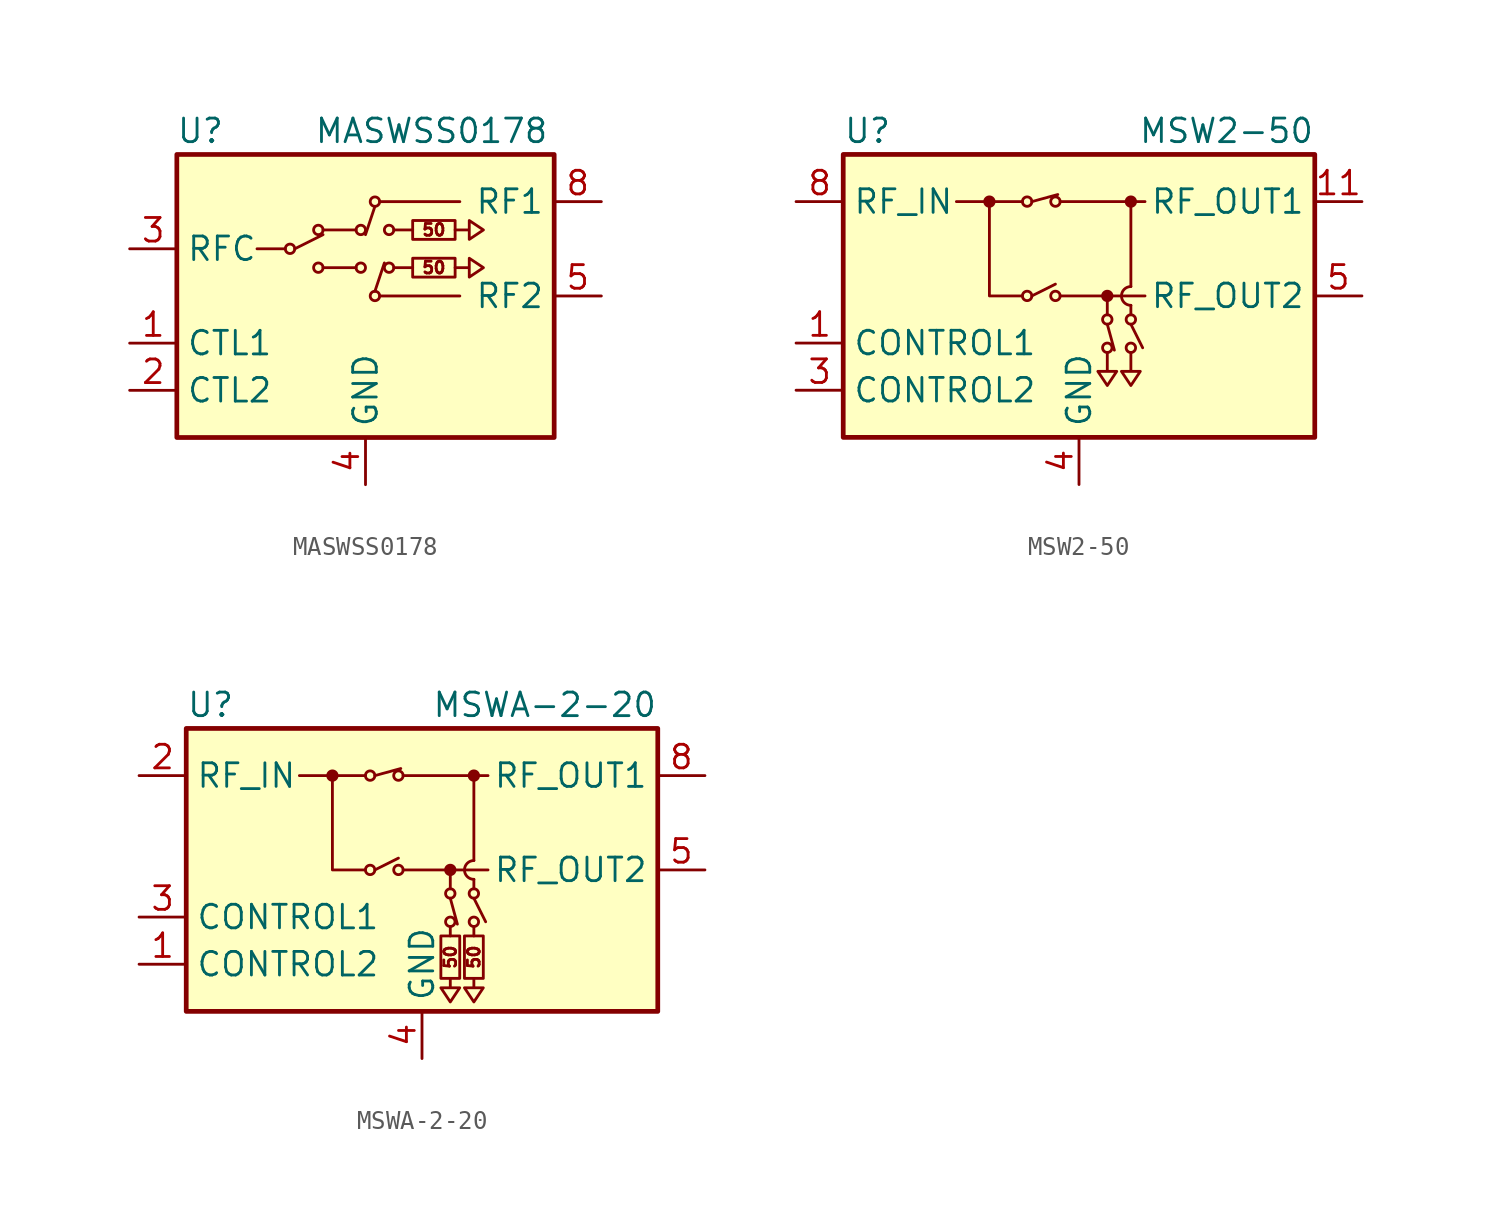
<source format=kicad_sym>
(kicad_symbol_lib
  (version 20200908)
  (generator kicad_symbol_editor)
  (symbol "RF_Switch:MASWSS0178"
    (property "Reference" "U"
      (at -8.89 8.89 0)
      (effects (font (size 1.27 1.27))))
    (property "Value" "MASWSS0178"
      (at 3.556 8.89 0)
      (effects (font (size 1.27 1.27))))
    (symbol "MASWSS0178_1_1"
      (circle (center -4.064 2.54) (radius 0.254) (stroke (width 0)) (fill (type none)))
      (circle (center -2.54 1.524) (radius 0.254) (stroke (width 0)) (fill (type none)))
      (circle (center -2.54 3.556) (radius 0.254) (stroke (width 0)) (fill (type none)))
      (circle (center -0.254 1.524) (radius 0.254) (stroke (width 0)) (fill (type none)))
      (circle (center -0.254 3.556) (radius 0.254) (stroke (width 0)) (fill (type none)))
      (circle (center 0.508 0) (radius 0.254) (stroke (width 0)) (fill (type none)))
      (circle (center 0.508 5.08) (radius 0.254) (stroke (width 0)) (fill (type none)))
      (circle (center 1.27 1.524) (radius 0.254) (stroke (width 0)) (fill (type none)))
      (circle (center 1.27 3.556) (radius 0.254) (stroke (width 0)) (fill (type none)))
      (text "50" (at 3.683 1.524 0) (effects (font (size 0.635 0.635))))
      (text "50" (at 3.683 3.556 0) (effects (font (size 0.635 0.635))))
      (rectangle (start -10.16 7.62) (end 10.16 -7.62) (stroke (width 0.254)) (fill (type background)))
      (rectangle (start 2.54 1.016) (end 4.826 2.032) (stroke (width 0)) (fill (type none)))
      (rectangle (start 2.54 3.048) (end 4.826 4.064) (stroke (width 0)) (fill (type none)))
      (polyline (pts (xy -3.81 2.54) (xy -2.286 3.302)) (stroke (width 0)) (fill (type none)))
      (polyline (pts (xy 0.508 0.254) (xy 1.016 1.778)) (stroke (width 0)) (fill (type none)))
      (polyline (pts (xy 0.508 4.826) (xy 0 3.302)) (stroke (width 0)) (fill (type none)))
      (polyline (pts (xy 0.762 0) (xy 5.08 0)) (stroke (width 0)) (fill (type none)))
      (polyline (pts (xy 0.762 5.08) (xy 5.08 5.08)) (stroke (width 0)) (fill (type none)))
      (polyline (pts (xy 1.524 1.524) (xy 2.54 1.524)) (stroke (width 0)) (fill (type none)))
      (polyline (pts (xy 1.524 3.556) (xy 2.54 3.556)) (stroke (width 0)) (fill (type none)))
      (polyline (pts (xy 4.826 1.524) (xy 5.588 1.524) (xy 5.588 1.016) (xy 6.35 1.524) (xy 5.588 2.032) (xy 5.588 1.524)) (stroke (width 0)) (fill (type none)))
      (polyline (pts (xy 4.826 3.556) (xy 5.588 3.556) (xy 5.588 3.048) (xy 6.35 3.556) (xy 5.588 4.064) (xy 5.588 3.556)) (stroke (width 0)) (fill (type none)))
      (pin input line (at -12.7 -2.54 0) (length 2.54) (name "CTL1" (effects (font (size 1.27 1.27)))) (number "1" (effects (font (size 1.27 1.27)))))
      (pin input line (at -12.7 -5.08 0) (length 2.54) (name "CTL2" (effects (font (size 1.27 1.27)))) (number "2" (effects (font (size 1.27 1.27)))))
      (pin passive line (at -12.7 2.54 0) (length 2.54) (name "RFC" (effects (font (size 1.27 1.27)))) (number "3" (effects (font (size 1.27 1.27)))))
      (pin power_in line (at 0 -10.16 90) (length 2.54) (name "GND" (effects (font (size 1.27 1.27)))) (number "4" (effects (font (size 1.27 1.27)))))
      (pin passive line (at 12.7 0 180) (length 2.54) (name "RF2" (effects (font (size 1.27 1.27)))) (number "5" (effects (font (size 1.27 1.27)))))
      (pin passive line (at 0 -10.16 90) (length 2.54) hide (name "GND" (effects (font (size 1.27 1.27)))) (number "6" (effects (font (size 1.27 1.27)))))
      (pin passive line (at 0 -10.16 90) (length 2.54) hide (name "GND" (effects (font (size 1.27 1.27)))) (number "7" (effects (font (size 1.27 1.27)))))
      (pin passive line (at 12.7 5.08 180) (length 2.54) (name "RF1" (effects (font (size 1.27 1.27)))) (number "8" (effects (font (size 1.27 1.27)))))
      (pin passive line (at 0 -10.16 90) (length 2.54) hide (name "GND" (effects (font (size 1.27 1.27)))) (number "9" (effects (font (size 1.27 1.27))))))
    (symbol "MASWSS0178_0_1"
      (polyline (pts (xy -4.318 2.54) (xy -5.842 2.54)) (stroke (width 0)) (fill (type none)))
      (polyline (pts (xy -2.286 1.524) (xy -0.508 1.524)) (stroke (width 0)) (fill (type none)))
      (polyline (pts (xy -0.508 3.556) (xy -2.286 3.556)) (stroke (width 0)) (fill (type none)))))
  (symbol "RF_Switch:MSW2-50"
    (property "Reference" "U"
      (at -12.7 8.89 0)
      (effects (font (size 1.27 1.27)) (justify left)))
    (property "Value" "MSW2-50"
      (at 12.7 8.89 0)
      (effects (font (size 1.27 1.27)) (justify right)))
    (symbol "MSW2-50_0_1"
      (arc (start 2.794 0.508) (end 2.794 -0.508) (radius (at 2.794 0) (length 0.508) (angles 90.1 -90.1)) (stroke (width 0)) (fill (type none)))
      (circle (center -4.826 5.08) (radius 0.254) (stroke (width 0)) (fill (type outline)))
      (circle (center -2.794 0) (radius 0.254) (stroke (width 0)) (fill (type none)))
      (circle (center -2.794 5.08) (radius 0.254) (stroke (width 0)) (fill (type none)))
      (circle (center -1.27 0) (radius 0.254) (stroke (width 0)) (fill (type none)))
      (circle (center -1.27 5.08) (radius 0.254) (stroke (width 0)) (fill (type none)))
      (circle (center 1.524 -2.794) (radius 0.254) (stroke (width 0)) (fill (type none)))
      (circle (center 1.524 -1.27) (radius 0.254) (stroke (width 0)) (fill (type none)))
      (circle (center 1.524 0) (radius 0.254) (stroke (width 0)) (fill (type outline)))
      (circle (center 2.794 -2.794) (radius 0.254) (stroke (width 0)) (fill (type none)))
      (circle (center 2.794 -1.27) (radius 0.254) (stroke (width 0)) (fill (type none)))
      (circle (center 2.794 5.08) (radius 0.254) (stroke (width 0)) (fill (type outline)))
      (rectangle (start -12.7 7.62) (end 12.7 -7.62) (stroke (width 0.254)) (fill (type background)))
      (polyline (pts (xy -3.048 5.08) (xy -6.604 5.08)) (stroke (width 0)) (fill (type none)))
      (polyline (pts (xy -2.54 0) (xy -1.27 0.635)) (stroke (width 0)) (fill (type none)))
      (polyline (pts (xy -2.54 5.08) (xy -1.143 5.461)) (stroke (width 0)) (fill (type none)))
      (polyline (pts (xy -1.016 0) (xy 3.556 0)) (stroke (width 0)) (fill (type none)))
      (polyline (pts (xy -1.016 5.08) (xy 3.556 5.08)) (stroke (width 0)) (fill (type none)))
      (polyline (pts (xy 1.524 -1.524) (xy 1.905 -2.921)) (stroke (width 0)) (fill (type none)))
      (polyline (pts (xy 1.524 -1.016) (xy 1.524 0)) (stroke (width 0)) (fill (type none)))
      (polyline (pts (xy 2.794 -1.524) (xy 3.429 -2.794)) (stroke (width 0)) (fill (type none)))
      (polyline (pts (xy 2.794 -0.508) (xy 2.794 -1.016)) (stroke (width 0)) (fill (type none)))
      (polyline (pts (xy 2.794 5.08) (xy 2.794 0.508)) (stroke (width 0)) (fill (type none)))
      (polyline (pts (xy -4.826 5.08) (xy -4.826 0) (xy -3.048 0)) (stroke (width 0)) (fill (type none)))
      (polyline (pts (xy 1.524 -3.048) (xy 1.524 -4.064) (xy 1.016 -4.064) (xy 1.524 -4.826) (xy 2.032 -4.064) (xy 1.524 -4.064)) (stroke (width 0)) (fill (type none)))
      (polyline (pts (xy 2.794 -3.048) (xy 2.794 -4.064) (xy 2.286 -4.064) (xy 2.794 -4.826) (xy 3.302 -4.064) (xy 2.794 -4.064)) (stroke (width 0)) (fill (type none))))
    (symbol "MSW2-50_1_1"
      (pin input line (at -15.24 -2.54 0) (length 2.54) (name "CONTROL1" (effects (font (size 1.27 1.27)))) (number "1" (effects (font (size 1.27 1.27)))))
      (pin passive line (at 0 -10.16 90) (length 2.54) hide (name "GND" (effects (font (size 1.27 1.27)))) (number "10" (effects (font (size 1.27 1.27)))))
      (pin passive line (at 15.24 5.08 180) (length 2.54) (name "RF_OUT1" (effects (font (size 1.27 1.27)))) (number "11" (effects (font (size 1.27 1.27)))))
      (pin passive line (at 0 -10.16 90) (length 2.54) hide (name "GND" (effects (font (size 1.27 1.27)))) (number "12" (effects (font (size 1.27 1.27)))))
      (pin passive line (at 0 -10.16 90) (length 2.54) hide (name "GND" (effects (font (size 1.27 1.27)))) (number "13" (effects (font (size 1.27 1.27)))))
      (pin unconnected line (at 12.7 -5.08 180) (length 2.54) hide (name "NC" (effects (font (size 1.27 1.27)))) (number "2" (effects (font (size 1.27 1.27)))))
      (pin input line (at -15.24 -5.08 0) (length 2.54) (name "CONTROL2" (effects (font (size 1.27 1.27)))) (number "3" (effects (font (size 1.27 1.27)))))
      (pin power_in line (at 0 -10.16 90) (length 2.54) (name "GND" (effects (font (size 1.27 1.27)))) (number "4" (effects (font (size 1.27 1.27)))))
      (pin passive line (at 15.24 0 180) (length 2.54) (name "RF_OUT2" (effects (font (size 1.27 1.27)))) (number "5" (effects (font (size 1.27 1.27)))))
      (pin passive line (at 0 -10.16 90) (length 2.54) hide (name "GND" (effects (font (size 1.27 1.27)))) (number "6" (effects (font (size 1.27 1.27)))))
      (pin passive line (at 0 -10.16 90) (length 2.54) hide (name "GND" (effects (font (size 1.27 1.27)))) (number "7" (effects (font (size 1.27 1.27)))))
      (pin passive line (at -15.24 5.08 0) (length 2.54) (name "RF_IN" (effects (font (size 1.27 1.27)))) (number "8" (effects (font (size 1.27 1.27)))))
      (pin passive line (at 0 -10.16 90) (length 2.54) hide (name "GND" (effects (font (size 1.27 1.27)))) (number "9" (effects (font (size 1.27 1.27)))))))
  (symbol "RF_Switch:MSWA-2-20"
    (property "Reference" "U"
      (at -12.7 8.89 0)
      (effects (font (size 1.27 1.27)) (justify left)))
    (property "Value" "MSWA-2-20"
      (at 12.7 8.89 0)
      (effects (font (size 1.27 1.27)) (justify right)))
    (symbol "MSWA-2-20_0_1"
      (arc (start 2.794 0.508) (end 2.794 -0.508) (radius (at 2.794 0) (length 0.508) (angles 90.1 -90.1)) (stroke (width 0)) (fill (type none)))
      (circle (center -4.826 5.08) (radius 0.254) (stroke (width 0)) (fill (type outline)))
      (circle (center -2.794 0) (radius 0.254) (stroke (width 0)) (fill (type none)))
      (circle (center -2.794 5.08) (radius 0.254) (stroke (width 0)) (fill (type none)))
      (circle (center -1.27 0) (radius 0.254) (stroke (width 0)) (fill (type none)))
      (circle (center -1.27 5.08) (radius 0.254) (stroke (width 0)) (fill (type none)))
      (circle (center 1.524 -2.794) (radius 0.254) (stroke (width 0)) (fill (type none)))
      (circle (center 1.524 -1.27) (radius 0.254) (stroke (width 0)) (fill (type none)))
      (circle (center 1.524 0) (radius 0.254) (stroke (width 0)) (fill (type outline)))
      (circle (center 2.794 -2.794) (radius 0.254) (stroke (width 0)) (fill (type none)))
      (circle (center 2.794 -1.27) (radius 0.254) (stroke (width 0)) (fill (type none)))
      (circle (center 2.794 5.08) (radius 0.254) (stroke (width 0)) (fill (type outline)))
      (rectangle (start -12.7 7.62) (end 12.7 -7.62) (stroke (width 0.254)) (fill (type background)))
      (rectangle (start 1.016 -3.556) (end 2.032 -5.842) (stroke (width 0)) (fill (type none)))
      (rectangle (start 2.286 -3.556) (end 3.302 -5.842) (stroke (width 0)) (fill (type none)))
      (polyline (pts (xy -3.048 5.08) (xy -6.604 5.08)) (stroke (width 0)) (fill (type none)))
      (polyline (pts (xy -2.54 0) (xy -1.27 0.635)) (stroke (width 0)) (fill (type none)))
      (polyline (pts (xy -2.54 5.08) (xy -1.143 5.461)) (stroke (width 0)) (fill (type none)))
      (polyline (pts (xy -1.016 0) (xy 3.556 0)) (stroke (width 0)) (fill (type none)))
      (polyline (pts (xy -1.016 5.08) (xy 3.556 5.08)) (stroke (width 0)) (fill (type none)))
      (polyline (pts (xy 1.524 -3.048) (xy 1.524 -3.556)) (stroke (width 0)) (fill (type none)))
      (polyline (pts (xy 1.524 -1.524) (xy 1.905 -2.921)) (stroke (width 0)) (fill (type none)))
      (polyline (pts (xy 1.524 -1.016) (xy 1.524 0)) (stroke (width 0)) (fill (type none)))
      (polyline (pts (xy 2.794 -3.048) (xy 2.794 -3.556)) (stroke (width 0)) (fill (type none)))
      (polyline (pts (xy 2.794 -1.524) (xy 3.429 -2.794)) (stroke (width 0)) (fill (type none)))
      (polyline (pts (xy 2.794 -0.508) (xy 2.794 -1.016)) (stroke (width 0)) (fill (type none)))
      (polyline (pts (xy 2.794 5.08) (xy 2.794 0.508)) (stroke (width 0)) (fill (type none)))
      (polyline (pts (xy -4.826 5.08) (xy -4.826 0) (xy -3.048 0)) (stroke (width 0)) (fill (type none)))
      (polyline (pts (xy 1.524 -5.842) (xy 1.524 -6.35) (xy 1.016 -6.35) (xy 1.524 -7.112) (xy 2.032 -6.35) (xy 1.524 -6.35)) (stroke (width 0)) (fill (type none)))
      (polyline (pts (xy 2.794 -5.842) (xy 2.794 -6.35) (xy 2.286 -6.35) (xy 2.794 -7.112) (xy 3.302 -6.35) (xy 2.794 -6.35)) (stroke (width 0)) (fill (type none))))
    (symbol "MSWA-2-20_0_0"
      (text "50" (at 1.524 -4.699 900) (effects (font (size 0.635 0.635))))
      (text "50" (at 2.794 -4.699 900) (effects (font (size 0.635 0.635)))))
    (symbol "MSWA-2-20_1_1"
      (pin input line (at -15.24 -5.08 0) (length 2.54) (name "CONTROL2" (effects (font (size 1.27 1.27)))) (number "1" (effects (font (size 1.27 1.27)))))
      (pin passive line (at -15.24 5.08 0) (length 2.54) (name "RF_IN" (effects (font (size 1.27 1.27)))) (number "2" (effects (font (size 1.27 1.27)))))
      (pin input line (at -15.24 -2.54 0) (length 2.54) (name "CONTROL1" (effects (font (size 1.27 1.27)))) (number "3" (effects (font (size 1.27 1.27)))))
      (pin power_in line (at 0 -10.16 90) (length 2.54) (name "GND" (effects (font (size 1.27 1.27)))) (number "4" (effects (font (size 1.27 1.27)))))
      (pin passive line (at 15.24 0 180) (length 2.54) (name "RF_OUT2" (effects (font (size 1.27 1.27)))) (number "5" (effects (font (size 1.27 1.27)))))
      (pin passive line (at 0 -10.16 90) (length 2.54) hide (name "GND" (effects (font (size 1.27 1.27)))) (number "6" (effects (font (size 1.27 1.27)))))
      (pin passive line (at 0 -10.16 90) (length 2.54) hide (name "GND" (effects (font (size 1.27 1.27)))) (number "7" (effects (font (size 1.27 1.27)))))
      (pin passive line (at 15.24 5.08 180) (length 2.54) (name "RF_OUT1" (effects (font (size 1.27 1.27)))) (number "8" (effects (font (size 1.27 1.27))))))))
</source>
